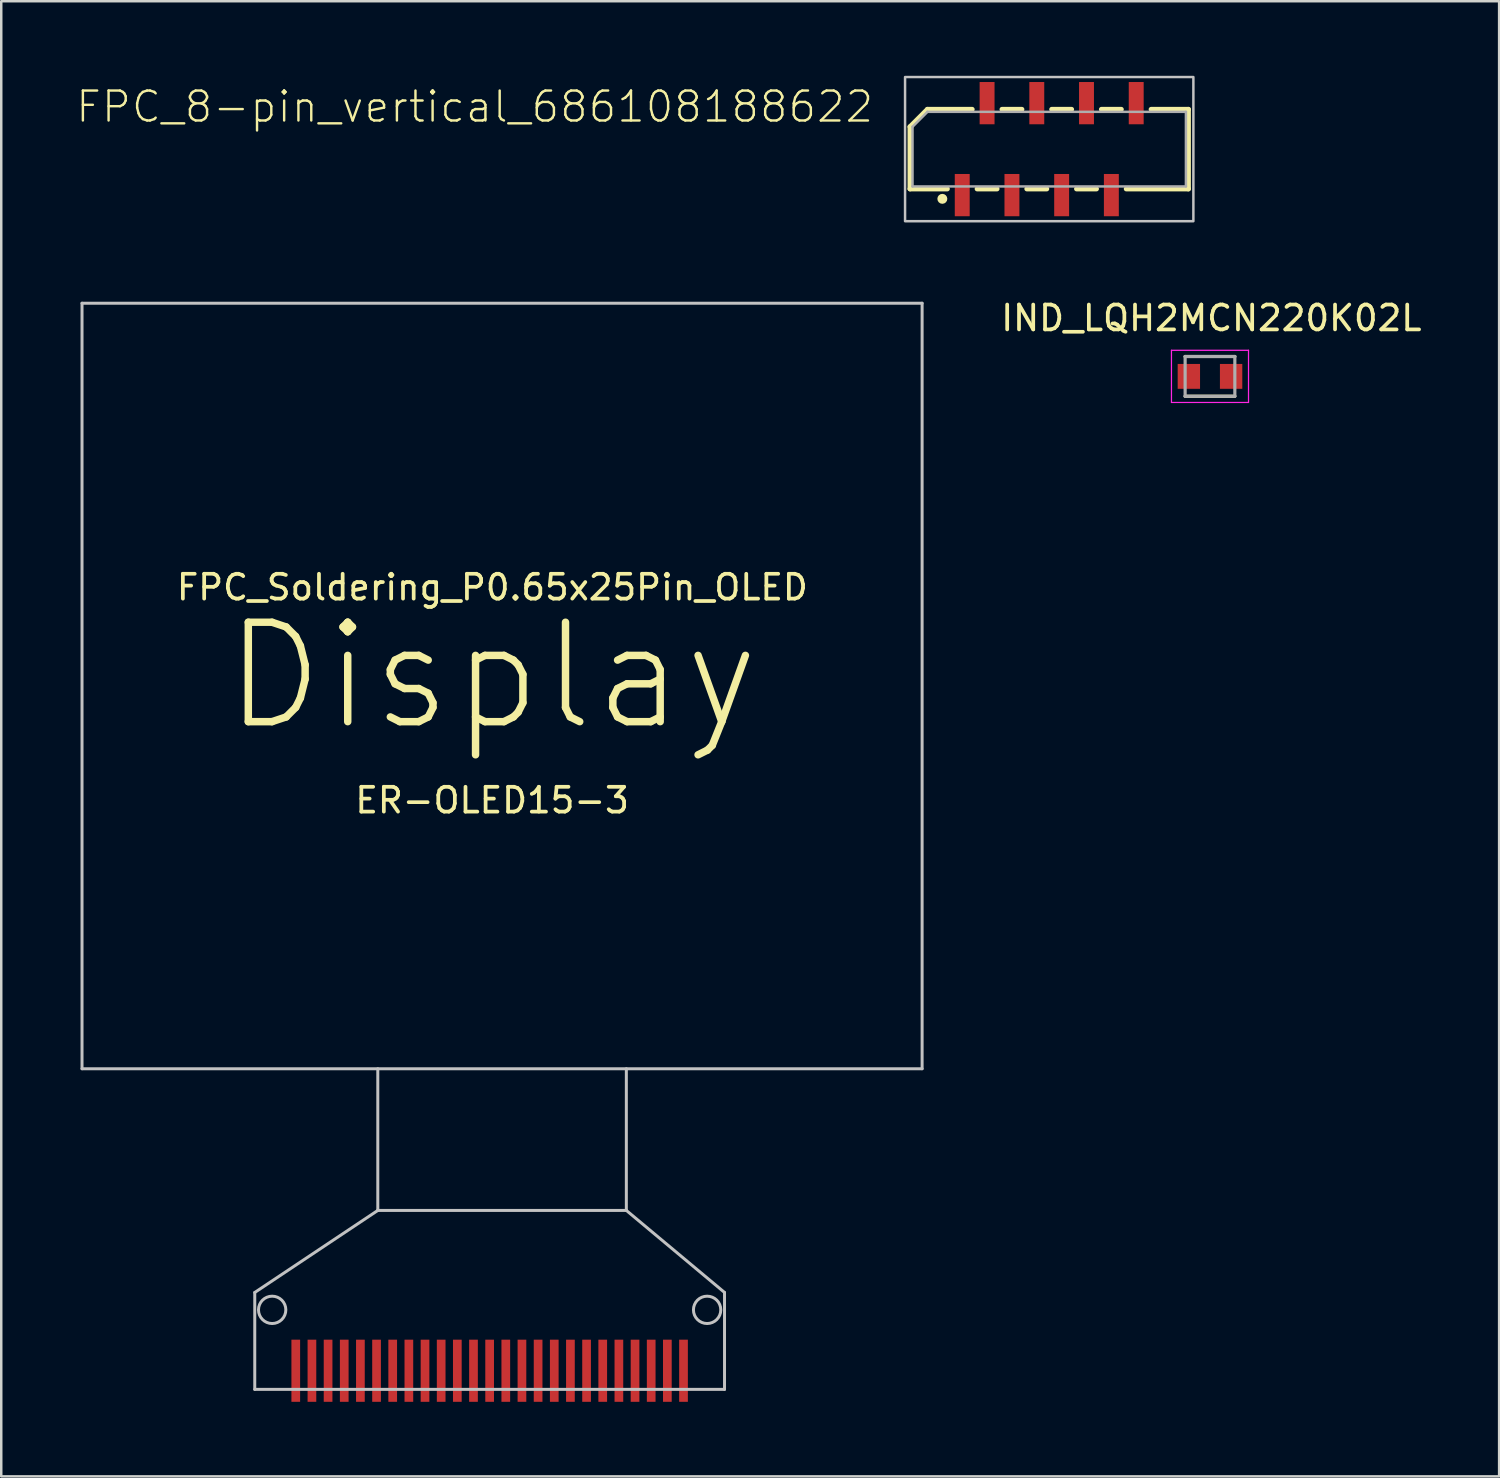
<source format=kicad_pcb>
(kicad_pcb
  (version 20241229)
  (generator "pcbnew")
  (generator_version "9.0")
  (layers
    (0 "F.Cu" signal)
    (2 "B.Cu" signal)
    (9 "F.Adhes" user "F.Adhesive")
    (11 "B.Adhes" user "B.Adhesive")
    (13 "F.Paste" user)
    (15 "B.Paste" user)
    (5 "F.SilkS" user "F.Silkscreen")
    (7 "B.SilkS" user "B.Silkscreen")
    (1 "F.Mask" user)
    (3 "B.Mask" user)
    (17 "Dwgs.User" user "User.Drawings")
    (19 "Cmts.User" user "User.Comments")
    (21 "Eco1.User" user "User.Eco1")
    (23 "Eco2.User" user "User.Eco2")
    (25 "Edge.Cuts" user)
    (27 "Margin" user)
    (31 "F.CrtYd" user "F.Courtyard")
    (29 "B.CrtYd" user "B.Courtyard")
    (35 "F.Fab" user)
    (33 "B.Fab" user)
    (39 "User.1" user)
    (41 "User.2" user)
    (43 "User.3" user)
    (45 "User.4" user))
  (footprint "FPC_Soldering_P0.65x25Pin_OLED"
    (layer "F.Cu")
    (at 0.25 9.15)
    (property "Reference" "FPC_Soldering_P0.65x25Pin_OLED" (at 16.51 11.43 0) (layer "F.SilkS") (effects (font (size 1 1) (thickness 0.15))))
    (attr through_hole)
    (fp_line (start 0 0) (end 0 30.8) (stroke (width 0.12) (type solid)) (layer "Dwgs.User"))
    (fp_line (start 0 0) (end 33.8 0) (stroke (width 0.12) (type solid)) (layer "Dwgs.User"))
    (fp_line (start 0 30.8) (end 33.8 30.8) (stroke (width 0.12) (type solid)) (layer "Dwgs.User"))
    (fp_line (start 6.95 43.7) (end 6.95 39.8) (stroke (width 0.12) (type solid)) (layer "Dwgs.User"))
    (fp_line (start 6.95 43.7) (end 25.85 43.7) (stroke (width 0.12) (type solid)) (layer "Dwgs.User"))
    (fp_line (start 11.9 36.5) (end 6.95 39.8) (stroke (width 0.12) (type solid)) (layer "Dwgs.User"))
    (fp_line (start 11.9 36.5) (end 11.9 30.8) (stroke (width 0.12) (type solid)) (layer "Dwgs.User"))
    (fp_line (start 11.9 36.5) (end 21.9 36.5) (stroke (width 0.12) (type solid)) (layer "Dwgs.User"))
    (fp_line (start 21.9 36.5) (end 21.9 30.8) (stroke (width 0.12) (type solid)) (layer "Dwgs.User"))
    (fp_line (start 21.9 36.5) (end 25.85 39.8) (stroke (width 0.12) (type solid)) (layer "Dwgs.User"))
    (fp_line (start 25.85 43.7) (end 25.85 39.8) (stroke (width 0.12) (type solid)) (layer "Dwgs.User"))
    (fp_line (start 33.8 0) (end 33.8 30.8) (stroke (width 0.12) (type solid)) (layer "Dwgs.User"))
    (fp_circle (center 7.65 40.5) (end 8.2 40.5) (stroke (width 0.12) (type solid)) (fill no) (layer "Dwgs.User"))
    (fp_circle (center 25.15 40.5) (end 25.7 40.5) (stroke (width 0.12) (type solid)) (fill no) (layer "Dwgs.User"))
    (fp_text user "ER-OLED15-3" (at 16.5 20 0) (layer "F.SilkS") (effects (font (size 1 1) (thickness 0.15))))
    (fp_text user "Display" (at 16.5 15 0) (layer "F.SilkS") (effects (font (size 4 4) (thickness 0.3))))
    (pad "1" smd rect (at 8.6 42.95) (size 0.35 2.5) (layers "F.Cu" "F.Mask" "F.Paste"))
    (pad "2" smd rect (at 9.25 42.95) (size 0.35 2.5) (layers "F.Cu" "F.Mask" "F.Paste"))
    (pad "3" smd rect (at 9.9 42.95) (size 0.35 2.5) (layers "F.Cu" "F.Mask" "F.Paste"))
    (pad "4" smd rect (at 10.55 42.95) (size 0.35 2.5) (layers "F.Cu" "F.Mask" "F.Paste"))
    (pad "5" smd rect (at 11.2 42.95) (size 0.35 2.5) (layers "F.Cu" "F.Mask" "F.Paste"))
    (pad "6" smd rect (at 11.85 42.95) (size 0.35 2.5) (layers "F.Cu" "F.Mask" "F.Paste"))
    (pad "7" smd rect (at 12.5 42.95) (size 0.35 2.5) (layers "F.Cu" "F.Mask" "F.Paste"))
    (pad "8" smd rect (at 13.15 42.95) (size 0.35 2.5) (layers "F.Cu" "F.Mask" "F.Paste"))
    (pad "9" smd rect (at 13.8 42.95) (size 0.35 2.5) (layers "F.Cu" "F.Mask" "F.Paste"))
    (pad "10" smd rect (at 14.45 42.95) (size 0.35 2.5) (layers "F.Cu" "F.Mask" "F.Paste"))
    (pad "11" smd rect (at 15.1 42.95) (size 0.35 2.5) (layers "F.Cu" "F.Mask" "F.Paste"))
    (pad "12" smd rect (at 15.75 42.95) (size 0.35 2.5) (layers "F.Cu" "F.Mask" "F.Paste"))
    (pad "13" smd rect (at 16.4 42.95) (size 0.35 2.5) (layers "F.Cu" "F.Mask" "F.Paste"))
    (pad "14" smd rect (at 17.05 42.95) (size 0.35 2.5) (layers "F.Cu" "F.Mask" "F.Paste"))
    (pad "15" smd rect (at 17.7 42.95) (size 0.35 2.5) (layers "F.Cu" "F.Mask" "F.Paste"))
    (pad "16" smd rect (at 18.35 42.95) (size 0.35 2.5) (layers "F.Cu" "F.Mask" "F.Paste"))
    (pad "17" smd rect (at 19 42.95) (size 0.35 2.5) (layers "F.Cu" "F.Mask" "F.Paste"))
    (pad "18" smd rect (at 19.65 42.95) (size 0.35 2.5) (layers "F.Cu" "F.Mask" "F.Paste"))
    (pad "19" smd rect (at 20.3 42.95) (size 0.35 2.5) (layers "F.Cu" "F.Mask" "F.Paste"))
    (pad "20" smd rect (at 20.95 42.95) (size 0.35 2.5) (layers "F.Cu" "F.Mask" "F.Paste"))
    (pad "21" smd rect (at 21.6 42.95) (size 0.35 2.5) (layers "F.Cu" "F.Mask" "F.Paste"))
    (pad "22" smd rect (at 22.25 42.95) (size 0.35 2.5) (layers "F.Cu" "F.Mask" "F.Paste"))
    (pad "23" smd rect (at 22.9 42.95) (size 0.35 2.5) (layers "F.Cu" "F.Mask" "F.Paste"))
    (pad "24" smd rect (at 23.55 42.95) (size 0.35 2.5) (layers "F.Cu" "F.Mask" "F.Paste"))
    (pad "25" smd rect (at 24.2 42.95) (size 0.35 2.5) (layers "F.Cu" "F.Mask" "F.Paste")))
  (footprint "FPC_8-pin_vertical_686108188622"
    (layer "F.Cu")
    (at 39.164 2.95)
    (property "Reference" "FPC_8-pin_vertical_686108188622" (at -7 -1 0) (layer "F.SilkS") (effects (font (size 1.206 1.206) (thickness 0.097)) (justify right bottom)))
    (attr through_hole)
    (fp_line (start -5.6 -0.9) (end -5.6 1.6) (stroke (width 0.2) (type solid)) (layer "F.SilkS"))
    (fp_line (start -5.6 -0.9) (end -4.9 -1.6) (stroke (width 0.2) (type solid)) (layer "F.SilkS"))
    (fp_line (start -5.6 1.6) (end -4.1 1.6) (stroke (width 0.2) (type solid)) (layer "F.SilkS"))
    (fp_line (start -3.1 -1.6) (end -4.9 -1.6) (stroke (width 0.2) (type solid)) (layer "F.SilkS"))
    (fp_line (start -2.9 1.6) (end -2.1 1.6) (stroke (width 0.2) (type solid)) (layer "F.SilkS"))
    (fp_line (start -1.9 -1.6) (end -1.1 -1.6) (stroke (width 0.2) (type solid)) (layer "F.SilkS"))
    (fp_line (start -0.9 1.6) (end -0.1 1.6) (stroke (width 0.2) (type solid)) (layer "F.SilkS"))
    (fp_line (start 0.1 -1.6) (end 0.9 -1.6) (stroke (width 0.2) (type solid)) (layer "F.SilkS"))
    (fp_line (start 1.1 1.6) (end 1.9 1.6) (stroke (width 0.2) (type solid)) (layer "F.SilkS"))
    (fp_line (start 2.1 -1.6) (end 2.9 -1.6) (stroke (width 0.2) (type solid)) (layer "F.SilkS"))
    (fp_line (start 4.1 -1.6) (end 5.6 -1.6) (stroke (width 0.2) (type solid)) (layer "F.SilkS"))
    (fp_line (start 5.6 -1.6) (end 5.6 1.6) (stroke (width 0.2) (type solid)) (layer "F.SilkS"))
    (fp_line (start 5.6 1.6) (end 3.1 1.6) (stroke (width 0.2) (type solid)) (layer "F.SilkS"))
    (fp_circle (center -4.3 2) (end -4.2 2) (stroke (width 0.2) (type solid)) (fill no) (layer "F.SilkS"))
    (fp_poly (pts (xy -5.8 -2.9) (xy 5.8 -2.9) (xy 5.8 2.9) (xy -5.8 2.9)) (stroke (width 0.1) (type solid)) (fill no) (layer "Dwgs.User"))
    (fp_line (start -5.5 -0.9) (end -4.9 -1.5) (stroke (width 0.1) (type solid)) (layer "F.Fab"))
    (fp_line (start -5.5 1.5) (end -5.5 -0.9) (stroke (width 0.1) (type solid)) (layer "F.Fab"))
    (fp_line (start -4.9 -1.5) (end 5.5 -1.5) (stroke (width 0.1) (type solid)) (layer "F.Fab"))
    (fp_line (start 5.5 -1.5) (end 5.5 1.5) (stroke (width 0.1) (type solid)) (layer "F.Fab"))
    (fp_line (start 5.5 1.5) (end -5.5 1.5) (stroke (width 0.1) (type solid)) (layer "F.Fab"))
    (pad "1" smd rect (at -3.5 1.85) (size 0.6 1.7) (layers "F.Cu" "F.Mask" "F.Paste"))
    (pad "2" smd rect (at -2.5 -1.85) (size 0.6 1.7) (layers "F.Cu" "F.Mask" "F.Paste"))
    (pad "3" smd rect (at -1.5 1.85) (size 0.6 1.7) (layers "F.Cu" "F.Mask" "F.Paste"))
    (pad "4" smd rect (at -0.5 -1.85) (size 0.6 1.7) (layers "F.Cu" "F.Mask" "F.Paste"))
    (pad "5" smd rect (at 0.5 1.85) (size 0.6 1.7) (layers "F.Cu" "F.Mask" "F.Paste"))
    (pad "6" smd rect (at 1.5 -1.85) (size 0.6 1.7) (layers "F.Cu" "F.Mask" "F.Paste"))
    (pad "7" smd rect (at 2.5 1.85) (size 0.6 1.7) (layers "F.Cu" "F.Mask" "F.Paste"))
    (pad "8" smd rect (at 3.5 -1.85) (size 0.6 1.7) (layers "F.Cu" "F.Mask" "F.Paste")))
  (footprint "IND_LQH2MCN220K02L"
    (layer "F.Cu")
    (at 45.632 12.093)
    (property "Reference" "IND_LQH2MCN220K02L" (at 0.055 -2.345 0) (layer "F.SilkS") (effects (font (size 1 1) (thickness 0.15))))
    (attr through_hole)
    (fp_line (start -1 -0.8) (end 1 -0.8) (stroke (width 0.127) (type solid)) (layer "F.SilkS"))
    (fp_line (start 1 0.8) (end -1 0.8) (stroke (width 0.127) (type solid)) (layer "F.SilkS"))
    (fp_line (start -1.55 -1.05) (end 1.55 -1.05) (stroke (width 0.05) (type solid)) (layer "F.CrtYd"))
    (fp_line (start -1.55 1.05) (end -1.55 -1.05) (stroke (width 0.05) (type solid)) (layer "F.CrtYd"))
    (fp_line (start 1.55 -1.05) (end 1.55 1.05) (stroke (width 0.05) (type solid)) (layer "F.CrtYd"))
    (fp_line (start 1.55 1.05) (end -1.55 1.05) (stroke (width 0.05) (type solid)) (layer "F.CrtYd"))
    (fp_line (start -1 -0.8) (end 1 -0.8) (stroke (width 0.127) (type solid)) (layer "F.Fab"))
    (fp_line (start -1 0.8) (end -1 -0.8) (stroke (width 0.127) (type solid)) (layer "F.Fab"))
    (fp_line (start 1 -0.8) (end 1 0.8) (stroke (width 0.127) (type solid)) (layer "F.Fab"))
    (fp_line (start 1 0.8) (end -1 0.8) (stroke (width 0.127) (type solid)) (layer "F.Fab"))
    (pad "1" smd rect (at -0.85 0) (size 0.9 1) (layers "F.Cu" "F.Mask" "F.Paste"))
    (pad "2" smd rect (at 0.85 0) (size 0.9 1) (layers "F.Cu" "F.Mask" "F.Paste")))
  (gr_rect
    (start -3 -3)
    (end 57.265 56.35)
    (stroke (width 0.1) (type default))
    (fill no)
    (layer "Edge.Cuts")))
</source>
